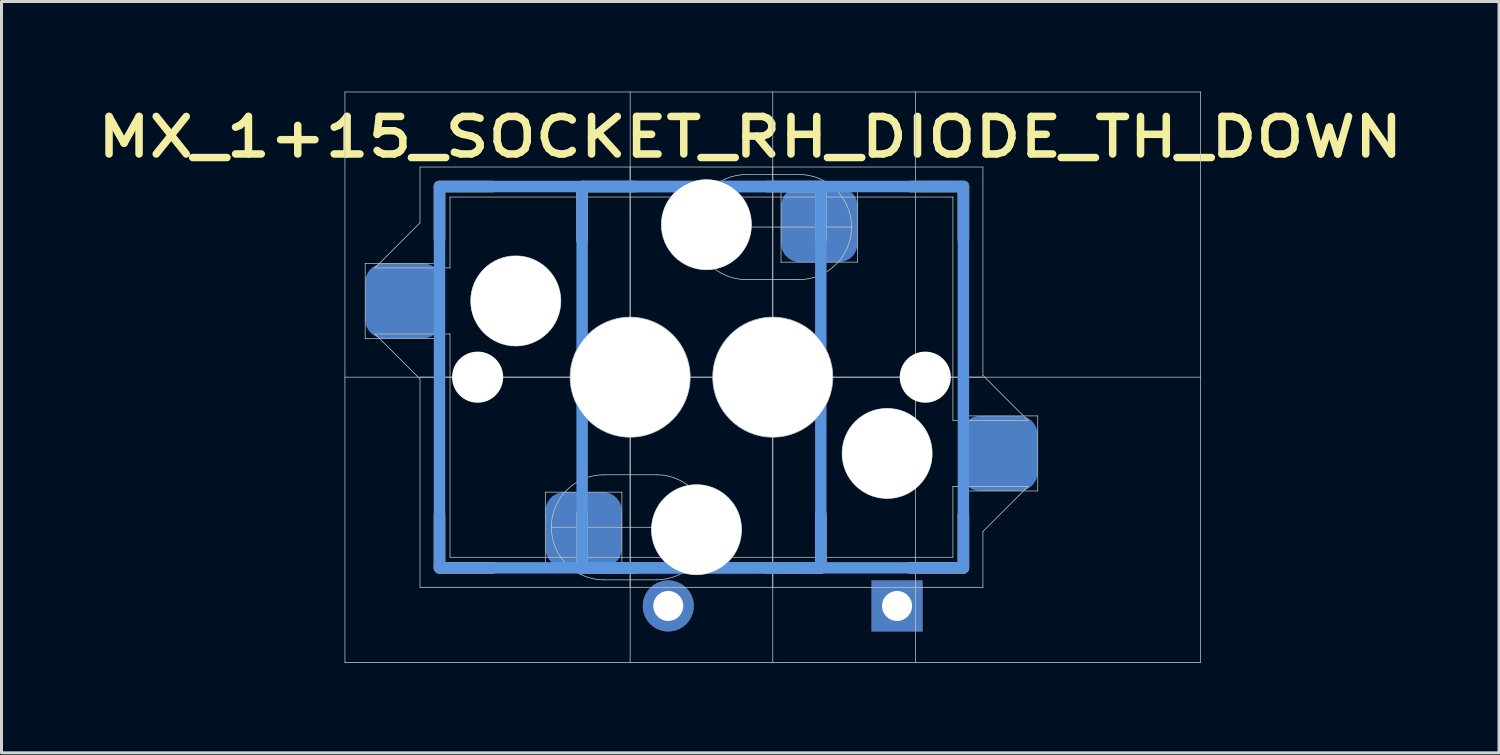
<source format=kicad_pcb>
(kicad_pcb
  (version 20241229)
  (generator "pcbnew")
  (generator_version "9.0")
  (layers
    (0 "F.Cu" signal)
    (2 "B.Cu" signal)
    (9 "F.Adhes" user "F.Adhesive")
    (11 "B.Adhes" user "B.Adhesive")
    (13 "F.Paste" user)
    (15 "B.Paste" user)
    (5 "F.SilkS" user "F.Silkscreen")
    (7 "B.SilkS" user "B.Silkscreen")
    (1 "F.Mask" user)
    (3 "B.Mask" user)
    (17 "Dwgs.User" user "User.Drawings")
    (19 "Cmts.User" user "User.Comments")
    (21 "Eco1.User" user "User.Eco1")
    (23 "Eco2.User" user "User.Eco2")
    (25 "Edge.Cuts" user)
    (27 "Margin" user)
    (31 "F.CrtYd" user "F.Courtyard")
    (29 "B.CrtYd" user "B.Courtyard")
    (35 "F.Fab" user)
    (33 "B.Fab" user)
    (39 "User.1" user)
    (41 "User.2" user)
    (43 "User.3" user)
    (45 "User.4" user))
  (footprint "MX_1+15_SOCKET_RH_DIODE_TH_DOWN"
    (layer "F.Cu")
    (at 17.939 9.513)
    (property "Reference" "MX_1+15_SOCKET_RH_DIODE_TH_DOWN" (at 4 -8 0) (layer "F.SilkS") (effects (font (size 1.25 1.5) (thickness 0.25))))
    (attr through_hole)
    (fp_line (start -6.35 -6.35) (end -4.572 -6.35) (stroke (width 0.381) (type solid)) (layer "F.SilkS"))
    (fp_line (start -6.35 -4.572) (end -6.35 -6.35) (stroke (width 0.381) (type solid)) (layer "F.SilkS"))
    (fp_line (start -6.35 6.35) (end -6.35 4.572) (stroke (width 0.381) (type solid)) (layer "F.SilkS"))
    (fp_line (start -4.572 6.35) (end -6.35 6.35) (stroke (width 0.381) (type solid)) (layer "F.SilkS"))
    (fp_line (start -1.6 -6.35) (end 0.178 -6.35) (stroke (width 0.381) (type solid)) (layer "F.SilkS"))
    (fp_line (start -1.6 -4.572) (end -1.6 -6.35) (stroke (width 0.381) (type solid)) (layer "F.SilkS"))
    (fp_line (start -1.6 6.35) (end -1.6 4.572) (stroke (width 0.381) (type solid)) (layer "F.SilkS"))
    (fp_line (start 0.178 6.35) (end -1.6 6.35) (stroke (width 0.381) (type solid)) (layer "F.SilkS"))
    (fp_line (start 4.572 -6.35) (end 6.35 -6.35) (stroke (width 0.381) (type solid)) (layer "F.SilkS"))
    (fp_line (start 6.35 -6.35) (end 6.35 -4.572) (stroke (width 0.381) (type solid)) (layer "F.SilkS"))
    (fp_line (start 6.35 4.572) (end 6.35 6.35) (stroke (width 0.381) (type solid)) (layer "F.SilkS"))
    (fp_line (start 6.35 6.35) (end 4.572 6.35) (stroke (width 0.381) (type solid)) (layer "F.SilkS"))
    (fp_line (start 9.322 -6.35) (end 11.1 -6.35) (stroke (width 0.381) (type solid)) (layer "F.SilkS"))
    (fp_line (start 11.1 -6.35) (end 11.1 -4.572) (stroke (width 0.381) (type solid)) (layer "F.SilkS"))
    (fp_line (start 11.1 4.572) (end 11.1 6.35) (stroke (width 0.381) (type solid)) (layer "F.SilkS"))
    (fp_line (start 11.1 6.35) (end 9.322 6.35) (stroke (width 0.381) (type solid)) (layer "F.SilkS"))
    (fp_line (start -9.5 -9.5) (end -9.5 9.5) (stroke (width 0.025) (type solid)) (layer "Dwgs.User"))
    (fp_line (start -9.5 9.5) (end 19 9.5) (stroke (width 0.025) (type solid)) (layer "Dwgs.User"))
    (fp_line (start -8.825 -3.79) (end -8.825 -1.29) (stroke (width 0.025) (type solid)) (layer "Dwgs.User"))
    (fp_line (start -8.825 -1.29) (end -6.275 -1.29) (stroke (width 0.025) (type solid)) (layer "Dwgs.User"))
    (fp_line (start -8.5 -3.64) (end -7 -5.14) (stroke (width 0.025) (type solid)) (layer "Dwgs.User"))
    (fp_line (start -8.5 -3.64) (end -6 -3.64) (stroke (width 0.025) (type solid)) (layer "Dwgs.User"))
    (fp_line (start -7 -5.14) (end -7 -7) (stroke (width 0.025) (type solid)) (layer "Dwgs.User"))
    (fp_line (start -7 0) (end 11.75 0) (stroke (width 0.025) (type solid)) (layer "Dwgs.User"))
    (fp_line (start -7 0.06) (end -8.5 -1.44) (stroke (width 0.025) (type solid)) (layer "Dwgs.User"))
    (fp_line (start -7 7) (end -7 0.06) (stroke (width 0.025) (type solid)) (layer "Dwgs.User"))
    (fp_line (start -7 7) (end 11.75 7) (stroke (width 0.025) (type solid)) (layer "Dwgs.User"))
    (fp_line (start -6.275 -3.79) (end -8.825 -3.79) (stroke (width 0.025) (type solid)) (layer "Dwgs.User"))
    (fp_line (start -6.275 -1.29) (end -6.275 -3.79) (stroke (width 0.025) (type solid)) (layer "Dwgs.User"))
    (fp_line (start -6 -6) (end 10.75 -6) (stroke (width 0.025) (type solid)) (layer "Dwgs.User"))
    (fp_line (start -6 -3.64) (end -6 -6) (stroke (width 0.025) (type solid)) (layer "Dwgs.User"))
    (fp_line (start -6 -1.44) (end -8.5 -1.44) (stroke (width 0.025) (type solid)) (layer "Dwgs.User"))
    (fp_line (start -6 6) (end -6 -1.44) (stroke (width 0.025) (type solid)) (layer "Dwgs.User"))
    (fp_line (start -6 6) (end 10.75 6) (stroke (width 0.025) (type solid)) (layer "Dwgs.User"))
    (fp_line (start -2.825 3.83) (end -2.825 6.33) (stroke (width 0.025) (type solid)) (layer "Dwgs.User"))
    (fp_line (start -2.825 6.33) (end -0.275 6.33) (stroke (width 0.025) (type solid)) (layer "Dwgs.User"))
    (fp_line (start -0.275 3.83) (end -2.825 3.83) (stroke (width 0.025) (type solid)) (layer "Dwgs.User"))
    (fp_line (start -0.275 6.33) (end -0.275 3.83) (stroke (width 0.025) (type solid)) (layer "Dwgs.User"))
    (fp_line (start 0 -7) (end 0 7) (stroke (width 0.025) (type solid)) (layer "Dwgs.User"))
    (fp_line (start 0 9.5) (end 0 -9.5) (stroke (width 0.025) (type solid)) (layer "Dwgs.User"))
    (fp_line (start 0.875 3.25) (end -0.875 3.25) (stroke (width 0.025) (type solid)) (layer "Dwgs.User"))
    (fp_line (start 0.875 6.75) (end -0.875 6.75) (stroke (width 0.025) (type solid)) (layer "Dwgs.User"))
    (fp_line (start 2.125 -5) (end 7.375 -5) (stroke (width 0.025) (type solid)) (layer "Dwgs.User"))
    (fp_line (start 2.625 5) (end -2.625 5) (stroke (width 0.025) (type solid)) (layer "Dwgs.User"))
    (fp_line (start 3.875 -6.75) (end 5.625 -6.75) (stroke (width 0.025) (type solid)) (layer "Dwgs.User"))
    (fp_line (start 3.875 -3.25) (end 5.625 -3.25) (stroke (width 0.025) (type solid)) (layer "Dwgs.User"))
    (fp_line (start 4.75 -7) (end 4.75 7) (stroke (width 0.025) (type solid)) (layer "Dwgs.User"))
    (fp_line (start 4.75 9.5) (end 4.75 -9.5) (stroke (width 0.025) (type solid)) (layer "Dwgs.User"))
    (fp_line (start 5.025 -6.33) (end 5.025 -3.83) (stroke (width 0.025) (type solid)) (layer "Dwgs.User"))
    (fp_line (start 5.025 -3.83) (end 7.575 -3.83) (stroke (width 0.025) (type solid)) (layer "Dwgs.User"))
    (fp_line (start 7.575 -6.33) (end 5.025 -6.33) (stroke (width 0.025) (type solid)) (layer "Dwgs.User"))
    (fp_line (start 7.575 -3.83) (end 7.575 -6.33) (stroke (width 0.025) (type solid)) (layer "Dwgs.User"))
    (fp_line (start 9.5 9.5) (end 9.5 -9.5) (stroke (width 0.025) (type solid)) (layer "Dwgs.User"))
    (fp_line (start 10.75 -6) (end 10.75 1.44) (stroke (width 0.025) (type solid)) (layer "Dwgs.User"))
    (fp_line (start 10.75 1.44) (end 13.25 1.44) (stroke (width 0.025) (type solid)) (layer "Dwgs.User"))
    (fp_line (start 10.75 3.64) (end 10.75 6) (stroke (width 0.025) (type solid)) (layer "Dwgs.User"))
    (fp_line (start 11.025 1.29) (end 11.025 3.79) (stroke (width 0.025) (type solid)) (layer "Dwgs.User"))
    (fp_line (start 11.025 3.79) (end 13.575 3.79) (stroke (width 0.025) (type solid)) (layer "Dwgs.User"))
    (fp_line (start 11.75 -7) (end -7 -7) (stroke (width 0.025) (type solid)) (layer "Dwgs.User"))
    (fp_line (start 11.75 -7) (end 11.75 -0.06) (stroke (width 0.025) (type solid)) (layer "Dwgs.User"))
    (fp_line (start 11.75 -0.06) (end 13.25 1.44) (stroke (width 0.025) (type solid)) (layer "Dwgs.User"))
    (fp_line (start 11.75 5.14) (end 11.75 7) (stroke (width 0.025) (type solid)) (layer "Dwgs.User"))
    (fp_line (start 13.25 3.64) (end 10.75 3.64) (stroke (width 0.025) (type solid)) (layer "Dwgs.User"))
    (fp_line (start 13.25 3.64) (end 11.75 5.14) (stroke (width 0.025) (type solid)) (layer "Dwgs.User"))
    (fp_line (start 13.575 1.29) (end 11.025 1.29) (stroke (width 0.025) (type solid)) (layer "Dwgs.User"))
    (fp_line (start 13.575 3.79) (end 13.575 1.29) (stroke (width 0.025) (type solid)) (layer "Dwgs.User"))
    (fp_line (start 19 -9.5) (end -9.5 -9.5) (stroke (width 0.025) (type solid)) (layer "Dwgs.User"))
    (fp_line (start 19 0) (end -9.5 0) (stroke (width 0.025) (type solid)) (layer "Dwgs.User"))
    (fp_line (start 19 9.5) (end 19 -9.5) (stroke (width 0.025) (type solid)) (layer "Dwgs.User"))
    (fp_arc (start -0.875 6.75) (mid -2.625 5) (end -0.875 3.25) (stroke (width 0.0254) (type solid)) (layer "Dwgs.User"))
    (fp_arc (start 0.875 3.25) (mid 2.625 5) (end 0.875 6.75) (stroke (width 0.0254) (type solid)) (layer "Dwgs.User"))
    (fp_arc (start 3.875 -3.25) (mid 2.125 -5) (end 3.875 -6.75) (stroke (width 0.0254) (type solid)) (layer "Dwgs.User"))
    (fp_arc (start 5.625 -6.75) (mid 7.375 -5) (end 5.625 -3.25) (stroke (width 0.0254) (type solid)) (layer "Dwgs.User"))
    (fp_circle (center -3.81 -2.54) (end -3.81 -4.04) (stroke (width 0.025) (type solid)) (fill no) (layer "Dwgs.User"))
    (fp_circle (center -3.81 -2.54) (end -3.81 -3.64) (stroke (width 0.025) (type solid)) (fill no) (layer "Dwgs.User"))
    (fp_circle (center -3.81 -2.54) (end -3.81 -3.24) (stroke (width 0.025) (type solid)) (fill no) (layer "Dwgs.User"))
    (fp_circle (center 0 0) (end 0 -2) (stroke (width 0.025) (type solid)) (fill no) (layer "Dwgs.User"))
    (fp_circle (center 2.21 5.08) (end 2.21 3.58) (stroke (width 0.025) (type solid)) (fill no) (layer "Dwgs.User"))
    (fp_circle (center 2.21 5.08) (end 2.21 3.98) (stroke (width 0.025) (type solid)) (fill no) (layer "Dwgs.User"))
    (fp_circle (center 2.21 5.08) (end 2.21 4.38) (stroke (width 0.025) (type solid)) (fill no) (layer "Dwgs.User"))
    (fp_circle (center 2.54 -5.08) (end 2.54 -6.58) (stroke (width 0.025) (type solid)) (fill no) (layer "Dwgs.User"))
    (fp_circle (center 2.54 -5.08) (end 2.54 -6.18) (stroke (width 0.025) (type solid)) (fill no) (layer "Dwgs.User"))
    (fp_circle (center 2.54 -5.08) (end 2.54 -5.78) (stroke (width 0.025) (type solid)) (fill no) (layer "Dwgs.User"))
    (fp_circle (center 4.75 0) (end 4.75 -2) (stroke (width 0.025) (type solid)) (fill no) (layer "Dwgs.User"))
    (fp_circle (center 8.56 2.54) (end 8.56 1.04) (stroke (width 0.025) (type solid)) (fill no) (layer "Dwgs.User"))
    (fp_circle (center 8.56 2.54) (end 8.56 1.44) (stroke (width 0.025) (type solid)) (fill no) (layer "Dwgs.User"))
    (fp_circle (center 8.56 2.54) (end 8.56 1.84) (stroke (width 0.025) (type solid)) (fill no) (layer "Dwgs.User"))
    (fp_line (start -6.35 -6.35) (end 6.35 -6.35) (stroke (width 0.381) (type solid)) (layer "Cmts.User"))
    (fp_line (start -6.35 6.35) (end -6.35 -6.35) (stroke (width 0.381) (type solid)) (layer "Cmts.User"))
    (fp_line (start -1.6 -6.35) (end 11.1 -6.35) (stroke (width 0.381) (type solid)) (layer "Cmts.User"))
    (fp_line (start -1.6 6.35) (end -1.6 -6.35) (stroke (width 0.381) (type solid)) (layer "Cmts.User"))
    (fp_line (start 6.35 -6.35) (end 6.35 6.35) (stroke (width 0.381) (type solid)) (layer "Cmts.User"))
    (fp_line (start 6.35 6.35) (end -6.35 6.35) (stroke (width 0.381) (type solid)) (layer "Cmts.User"))
    (fp_line (start 11.1 -6.35) (end 11.1 6.35) (stroke (width 0.381) (type solid)) (layer "Cmts.User"))
    (fp_line (start 11.1 6.35) (end -1.6 6.35) (stroke (width 0.381) (type solid)) (layer "Cmts.User"))
    (fp_line (start -9.5 -9.5) (end 9.5 -9.5) (stroke (width 0.025) (type solid)) (layer "Eco2.User"))
    (fp_line (start -9.5 9.5) (end -9.5 -9.5) (stroke (width 0.025) (type solid)) (layer "Eco2.User"))
    (fp_line (start -7 7) (end -7 -7) (stroke (width 0.025) (type solid)) (layer "Eco2.User"))
    (fp_line (start 7 -7) (end -7 -7) (stroke (width 0.025) (type solid)) (layer "Eco2.User"))
    (fp_line (start 7 -7) (end 7 7) (stroke (width 0.025) (type solid)) (layer "Eco2.User"))
    (fp_line (start 7 7) (end -7 7) (stroke (width 0.025) (type solid)) (layer "Eco2.User"))
    (fp_line (start 9.5 -9.5) (end 9.5 9.5) (stroke (width 0.025) (type solid)) (layer "Eco2.User"))
    (fp_line (start 9.5 9.5) (end -9.5 9.5) (stroke (width 0.025) (type solid)) (layer "Eco2.User"))
    (pad "" np_thru_hole circle (at -5.08 0) (size 1.702 1.702) (drill 1.702) (layers "*.Cu" "*.Mask"))
    (pad "" np_thru_hole circle (at -3.81 -2.54) (size 3 3) (drill 3) (layers "*.Cu" "*.Mask"))
    (pad "" np_thru_hole circle (at 0 0) (size 3.988 3.988) (drill 3.988) (layers "*.Cu" "*.Mask"))
    (pad "" np_thru_hole circle (at 2.21 5.08 180) (size 3 3) (drill 3) (layers "*.Cu" "*.Mask"))
    (pad "" np_thru_hole circle (at 2.54 -5.08) (size 3 3) (drill 3) (layers "*.Cu" "*.Mask"))
    (pad "" np_thru_hole circle (at 4.75 0 180) (size 3.988 3.988) (drill 3.988) (layers "*.Cu" "*.Mask"))
    (pad "" np_thru_hole circle (at 8.56 2.54 180) (size 3 3) (drill 3) (layers "*.Cu" "*.Mask"))
    (pad "" np_thru_hole circle (at 9.83 0 180) (size 1.702 1.702) (drill 1.702) (layers "*.Cu" "*.Mask"))
    (pad "1" smd roundrect (at 6.3 -5.08) (size 2.55 2.5) (layers "B.Cu" "B.Mask" "B.Paste") (roundrect_rratio 0.25))
    (pad "1" smd roundrect (at 12.3 2.54 180) (size 2.55 2.5) (layers "B.Cu" "B.Mask" "B.Paste") (roundrect_rratio 0.25))
    (pad "2" smd roundrect (at -7.55 -2.54) (size 2.55 2.5) (layers "B.Cu" "B.Mask" "B.Paste") (roundrect_rratio 0.25))
    (pad "2" smd roundrect (at -1.55 5.08 180) (size 2.55 2.5) (layers "B.Cu" "B.Mask" "B.Paste") (roundrect_rratio 0.25))
    (pad "3" thru_hole circle (at 1.27 7.62) (size 1.7 1.7) (drill 1) (layers "*.Cu" "*.Mask"))
    (pad "4" thru_hole rect (at 8.89 7.62) (size 1.7 1.7) (drill 1) (layers "*.Cu" "*.Mask")))
  (gr_rect
    (start -3 -3)
    (end 46.879 22.025)
    (stroke (width 0.1) (type default))
    (fill no)
    (layer "Edge.Cuts")))
</source>
